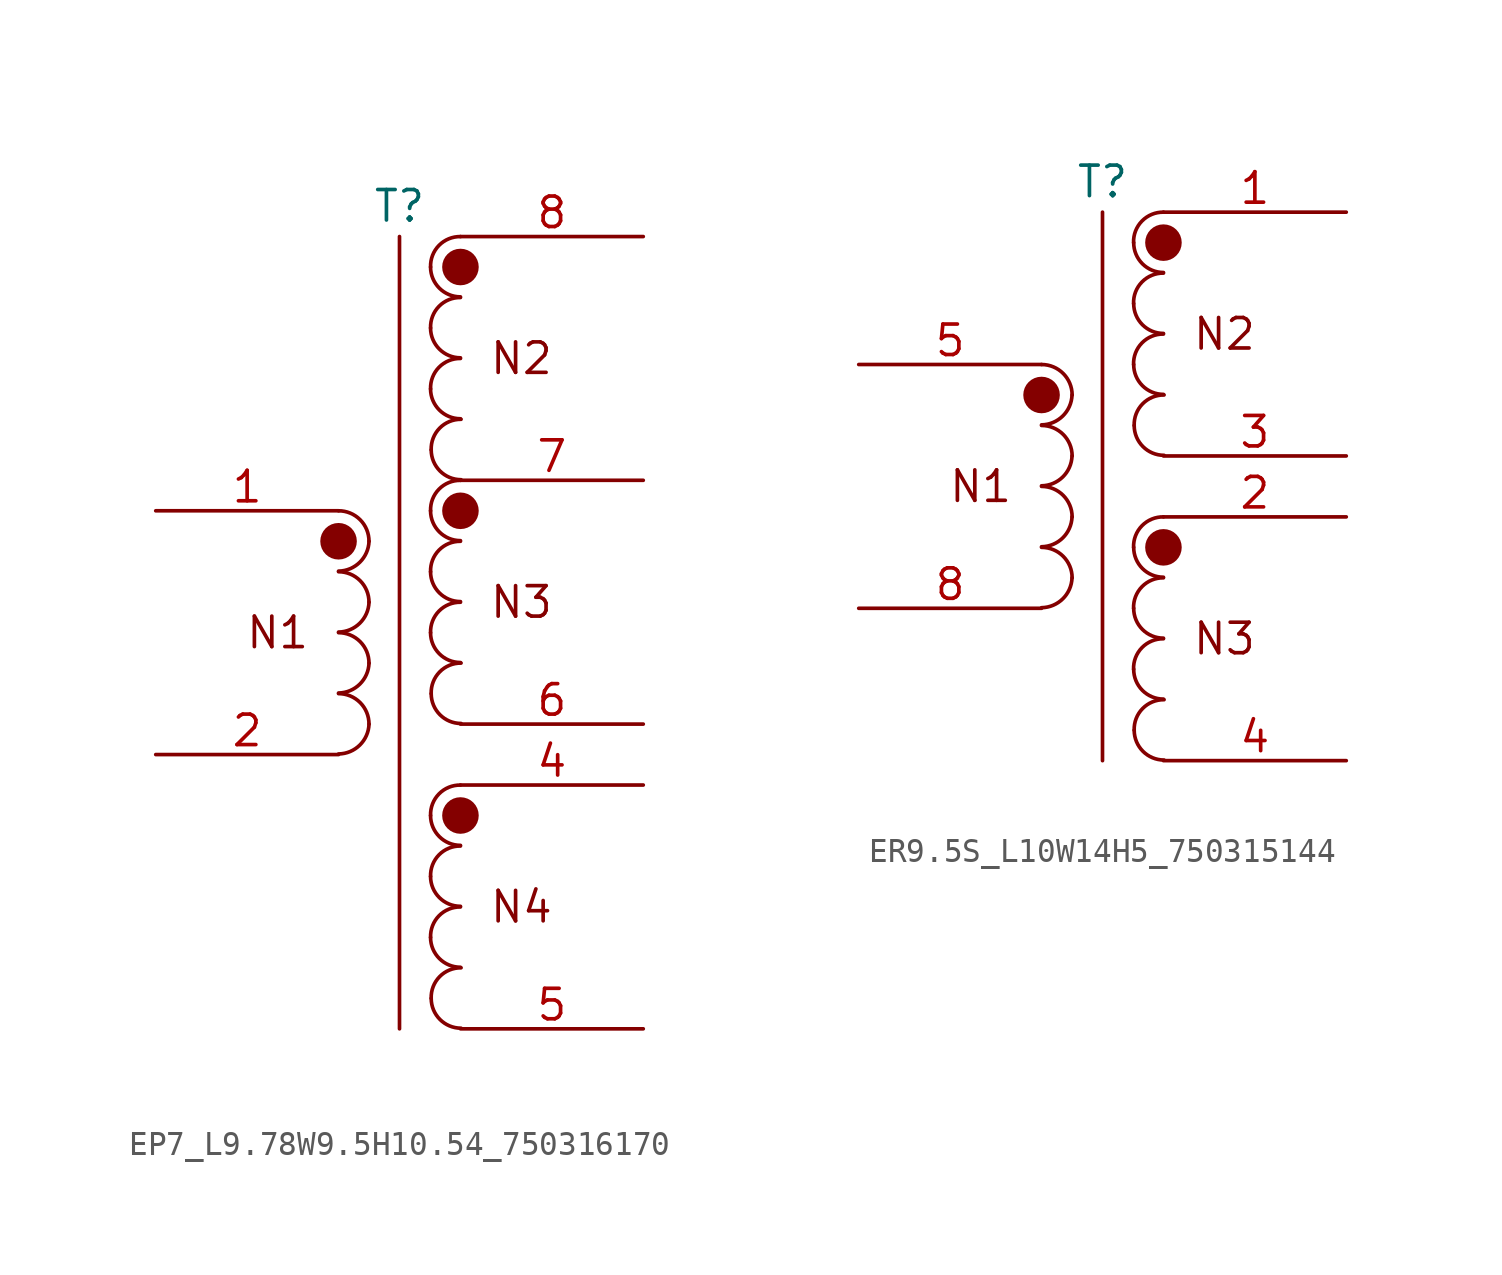
<source format=kicad_sym>
(kicad_symbol_lib
  (version 20220914)
  (generator kicad_symbol_editor)
  (symbol "EP7_L9.78W9.5H10.54_750316170"
    (pin_names hide)
    (property "Reference" "T"
      (at 0 17.78 0)
      (effects (font (size 1.27 1.27))))
    (symbol "EP7_L9.78W9.5H10.54_750316170_0_1"
      (arc (start -2.54 -5.0546) (mid -1.6599 -4.6901) (end -1.27 -3.81) (stroke (width 0) (type default)) (fill (type none)))
      (arc (start -2.54 -2.5146) (mid -1.6599 -2.1501) (end -1.27 -1.27) (stroke (width 0) (type default)) (fill (type none)))
      (arc (start -2.54 0.0254) (mid -1.6599 0.3899) (end -1.27 1.27) (stroke (width 0) (type default)) (fill (type none)))
      (arc (start -2.54 2.5654) (mid -1.6599 2.9299) (end -1.27 3.81) (stroke (width 0) (type default)) (fill (type none)))
      (arc (start -1.27 -3.81) (mid -1.642 -2.912) (end -2.54 -2.54) (stroke (width 0) (type default)) (fill (type none)))
      (arc (start -1.27 -1.27) (mid -1.642 -0.372) (end -2.54 0) (stroke (width 0) (type default)) (fill (type none)))
      (arc (start -1.27 1.27) (mid -1.642 2.168) (end -2.54 2.54) (stroke (width 0) (type default)) (fill (type none)))
      (arc (start -1.27 3.81) (mid -1.642 4.708) (end -2.54 5.08) (stroke (width 0) (type default)) (fill (type none)))
      (polyline (pts (xy 0 16.51) (xy 0 -16.51)) (stroke (width 0) (type default)) (fill (type none)))
      (arc (start 1.2954 -12.7) (mid 1.6599 -13.5801) (end 2.54 -13.9446) (stroke (width 0) (type default)) (fill (type none)))
      (arc (start 1.2954 -10.16) (mid 1.6599 -11.0401) (end 2.54 -11.4046) (stroke (width 0) (type default)) (fill (type none)))
      (arc (start 1.2954 -7.62) (mid 1.6599 -8.5001) (end 2.54 -8.8646) (stroke (width 0) (type default)) (fill (type none)))
      (arc (start 1.2954 0) (mid 1.6599 -0.8801) (end 2.54 -1.2446) (stroke (width 0) (type default)) (fill (type none)))
      (arc (start 1.2954 2.54) (mid 1.6599 1.6599) (end 2.54 1.2954) (stroke (width 0) (type default)) (fill (type none)))
      (arc (start 1.2954 5.08) (mid 1.6599 4.1999) (end 2.54 3.8354) (stroke (width 0) (type default)) (fill (type none)))
      (arc (start 1.2954 10.16) (mid 1.6599 9.2799) (end 2.54 8.9154) (stroke (width 0) (type default)) (fill (type none)))
      (arc (start 1.2954 12.7) (mid 1.6599 11.8199) (end 2.54 11.4554) (stroke (width 0) (type default)) (fill (type none)))
      (arc (start 1.2954 15.24) (mid 1.6599 14.3599) (end 2.54 13.9954) (stroke (width 0) (type default)) (fill (type none)))
      (arc (start 1.3208 -15.24) (mid 1.6854 -16.1199) (end 2.5654 -16.4846) (stroke (width 0) (type default)) (fill (type none)))
      (arc (start 1.3208 -2.54) (mid 1.6855 -3.4199) (end 2.5654 -3.7846) (stroke (width 0) (type default)) (fill (type none)))
      (arc (start 1.3208 7.62) (mid 1.6855 6.7401) (end 2.5654 6.3754) (stroke (width 0) (type default)) (fill (type none)))
      (arc (start 2.54 -11.43) (mid 1.6458 -11.7985) (end 1.2954 -12.7) (stroke (width 0) (type default)) (fill (type none)))
      (arc (start 2.54 -8.89) (mid 1.6458 -9.2585) (end 1.2954 -10.16) (stroke (width 0) (type default)) (fill (type none)))
      (arc (start 2.54 -6.35) (mid 1.6458 -6.7185) (end 1.2954 -7.62) (stroke (width 0) (type default)) (fill (type none)))
      (arc (start 2.54 1.27) (mid 1.6458 0.9015) (end 1.2954 0) (stroke (width 0) (type default)) (fill (type none)))
      (arc (start 2.54 3.81) (mid 1.6458 3.4415) (end 1.2954 2.54) (stroke (width 0) (type default)) (fill (type none)))
      (arc (start 2.54 6.35) (mid 1.6458 5.9815) (end 1.2954 5.08) (stroke (width 0) (type default)) (fill (type none)))
      (arc (start 2.54 11.43) (mid 1.6458 11.0615) (end 1.2954 10.16) (stroke (width 0) (type default)) (fill (type none)))
      (arc (start 2.54 13.97) (mid 1.6458 13.6015) (end 1.2954 12.7) (stroke (width 0) (type default)) (fill (type none)))
      (arc (start 2.54 16.51) (mid 1.6458 16.1415) (end 1.2954 15.24) (stroke (width 0) (type default)) (fill (type none)))
      (arc (start 2.5654 -13.97) (mid 1.6709 -14.3383) (end 1.3208 -15.24) (stroke (width 0) (type default)) (fill (type none)))
      (arc (start 2.5654 -1.27) (mid 1.6709 -1.6383) (end 1.3208 -2.54) (stroke (width 0) (type default)) (fill (type none)))
      (arc (start 2.5654 8.89) (mid 1.6709 8.5217) (end 1.3208 7.62) (stroke (width 0) (type default)) (fill (type none))))
    (symbol "EP7_L9.78W9.5H10.54_750316170_1_1"
      (circle (center -2.54 3.81) (radius 0.0001) (stroke (width 0.762) (type default)) (fill (type none)))
      (circle (center 2.54 -7.62) (radius 0.0001) (stroke (width 0.762) (type default)) (fill (type none)))
      (circle (center 2.54 5.08) (radius 0.0001) (stroke (width 0.762) (type default)) (fill (type none)))
      (circle (center 2.54 15.24) (radius 0.0001) (stroke (width 0.762) (type default)) (fill (type none)))
      (text "N1" (at -5.08 0 0) (effects (font (size 1.27 1.27))))
      (text "N2" (at 5.08 11.43 0) (effects (font (size 1.27 1.27))))
      (text "N3" (at 5.08 1.27 0) (effects (font (size 1.27 1.27))))
      (text "N4" (at 5.08 -11.43 0) (effects (font (size 1.27 1.27))))
      (pin passive line (at -10.16 5.08 0) (length 7.62) (name "1" (effects (font (size 1.27 1.27)))) (number "1" (effects (font (size 1.27 1.27)))))
      (pin passive line (at -10.16 -5.08 0) (length 7.62) (name "2" (effects (font (size 1.27 1.27)))) (number "2" (effects (font (size 1.27 1.27)))))
      (pin passive line (at 10.16 -6.35 180) (length 7.62) (name "4" (effects (font (size 1.27 1.27)))) (number "4" (effects (font (size 1.27 1.27)))))
      (pin passive line (at 10.16 -16.51 180) (length 7.62) (name "5" (effects (font (size 1.27 1.27)))) (number "5" (effects (font (size 1.27 1.27)))))
      (pin passive line (at 10.16 -3.81 180) (length 7.62) (name "6" (effects (font (size 1.27 1.27)))) (number "6" (effects (font (size 1.27 1.27)))))
      (pin passive line (at 10.16 6.35 180) (length 7.62) (name "7" (effects (font (size 1.27 1.27)))) (number "7" (effects (font (size 1.27 1.27)))))
      (pin passive line (at 10.16 16.51 180) (length 7.62) (name "8" (effects (font (size 1.27 1.27)))) (number "8" (effects (font (size 1.27 1.27)))))))
  (symbol "ER9.5S_L10W14H5_750315144"
    (pin_names hide)
    (property "Reference" "T"
      (at 0 12.7 0)
      (effects (font (size 1.27 1.27))))
    (symbol "ER9.5S_L10W14H5_750315144_0_1"
      (arc (start -2.54 -5.0546) (mid -1.6599 -4.6901) (end -1.27 -3.81) (stroke (width 0) (type default)) (fill (type none)))
      (arc (start -2.54 -2.5146) (mid -1.6599 -2.1501) (end -1.27 -1.27) (stroke (width 0) (type default)) (fill (type none)))
      (arc (start -2.54 0.0254) (mid -1.6599 0.3899) (end -1.27 1.27) (stroke (width 0) (type default)) (fill (type none)))
      (arc (start -2.54 2.5654) (mid -1.6599 2.9299) (end -1.27 3.81) (stroke (width 0) (type default)) (fill (type none)))
      (arc (start -1.27 -3.81) (mid -1.642 -2.912) (end -2.54 -2.54) (stroke (width 0) (type default)) (fill (type none)))
      (arc (start -1.27 -1.27) (mid -1.642 -0.372) (end -2.54 0) (stroke (width 0) (type default)) (fill (type none)))
      (arc (start -1.27 1.27) (mid -1.642 2.168) (end -2.54 2.54) (stroke (width 0) (type default)) (fill (type none)))
      (arc (start -1.27 3.81) (mid -1.642 4.708) (end -2.54 5.08) (stroke (width 0) (type default)) (fill (type none)))
      (polyline (pts (xy 0 11.43) (xy 0 -11.43)) (stroke (width 0) (type default)) (fill (type none)))
      (arc (start 1.2954 -7.62) (mid 1.6599 -8.5001) (end 2.54 -8.8646) (stroke (width 0) (type default)) (fill (type none)))
      (arc (start 1.2954 -5.08) (mid 1.6599 -5.9601) (end 2.54 -6.3246) (stroke (width 0) (type default)) (fill (type none)))
      (arc (start 1.2954 -2.54) (mid 1.6599 -3.4201) (end 2.54 -3.7846) (stroke (width 0) (type default)) (fill (type none)))
      (arc (start 1.2954 5.08) (mid 1.6599 4.1999) (end 2.54 3.8354) (stroke (width 0) (type default)) (fill (type none)))
      (arc (start 1.2954 7.62) (mid 1.6599 6.7399) (end 2.54 6.3754) (stroke (width 0) (type default)) (fill (type none)))
      (arc (start 1.2954 10.16) (mid 1.6599 9.2799) (end 2.54 8.9154) (stroke (width 0) (type default)) (fill (type none)))
      (arc (start 1.3208 -10.16) (mid 1.6855 -11.0399) (end 2.5654 -11.4046) (stroke (width 0) (type default)) (fill (type none)))
      (arc (start 1.3208 2.54) (mid 1.6854 1.6601) (end 2.5654 1.2954) (stroke (width 0) (type default)) (fill (type none)))
      (arc (start 2.54 -6.35) (mid 1.6458 -6.7185) (end 1.2954 -7.62) (stroke (width 0) (type default)) (fill (type none)))
      (arc (start 2.54 -3.81) (mid 1.6458 -4.1785) (end 1.2954 -5.08) (stroke (width 0) (type default)) (fill (type none)))
      (arc (start 2.54 -1.27) (mid 1.6458 -1.6385) (end 1.2954 -2.54) (stroke (width 0) (type default)) (fill (type none)))
      (arc (start 2.54 6.35) (mid 1.6458 5.9815) (end 1.2954 5.08) (stroke (width 0) (type default)) (fill (type none)))
      (arc (start 2.54 8.89) (mid 1.6458 8.5215) (end 1.2954 7.62) (stroke (width 0) (type default)) (fill (type none)))
      (arc (start 2.54 11.43) (mid 1.6458 11.0615) (end 1.2954 10.16) (stroke (width 0) (type default)) (fill (type none)))
      (arc (start 2.5654 -8.89) (mid 1.6709 -9.2583) (end 1.3208 -10.16) (stroke (width 0) (type default)) (fill (type none)))
      (arc (start 2.5654 3.81) (mid 1.6709 3.4417) (end 1.3208 2.54) (stroke (width 0) (type default)) (fill (type none))))
    (symbol "ER9.5S_L10W14H5_750315144_1_1"
      (circle (center -2.54 3.81) (radius 0.0001) (stroke (width 0.762) (type default)) (fill (type none)))
      (circle (center 2.54 -2.54) (radius 0.0001) (stroke (width 0.762) (type default)) (fill (type none)))
      (circle (center 2.54 10.16) (radius 0.0001) (stroke (width 0.762) (type default)) (fill (type none)))
      (text "N1" (at -5.08 0 0) (effects (font (size 1.27 1.27))))
      (text "N2" (at 5.08 6.35 0) (effects (font (size 1.27 1.27))))
      (text "N3" (at 5.08 -6.35 0) (effects (font (size 1.27 1.27))))
      (pin passive line (at 10.16 11.43 180) (length 7.62) (name "1" (effects (font (size 1.27 1.27)))) (number "1" (effects (font (size 1.27 1.27)))))
      (pin passive line (at 10.16 -1.27 180) (length 7.62) (name "2" (effects (font (size 1.27 1.27)))) (number "2" (effects (font (size 1.27 1.27)))))
      (pin passive line (at 10.16 1.27 180) (length 7.62) (name "3" (effects (font (size 1.27 1.27)))) (number "3" (effects (font (size 1.27 1.27)))))
      (pin passive line (at 10.16 -11.43 180) (length 7.62) (name "4" (effects (font (size 1.27 1.27)))) (number "4" (effects (font (size 1.27 1.27)))))
      (pin passive line (at -10.16 5.08 0) (length 7.62) (name "5" (effects (font (size 1.27 1.27)))) (number "5" (effects (font (size 1.27 1.27)))))
      (pin passive line (at -10.16 -5.08 0) (length 7.62) (name "8" (effects (font (size 1.27 1.27)))) (number "8" (effects (font (size 1.27 1.27))))))))
</source>
